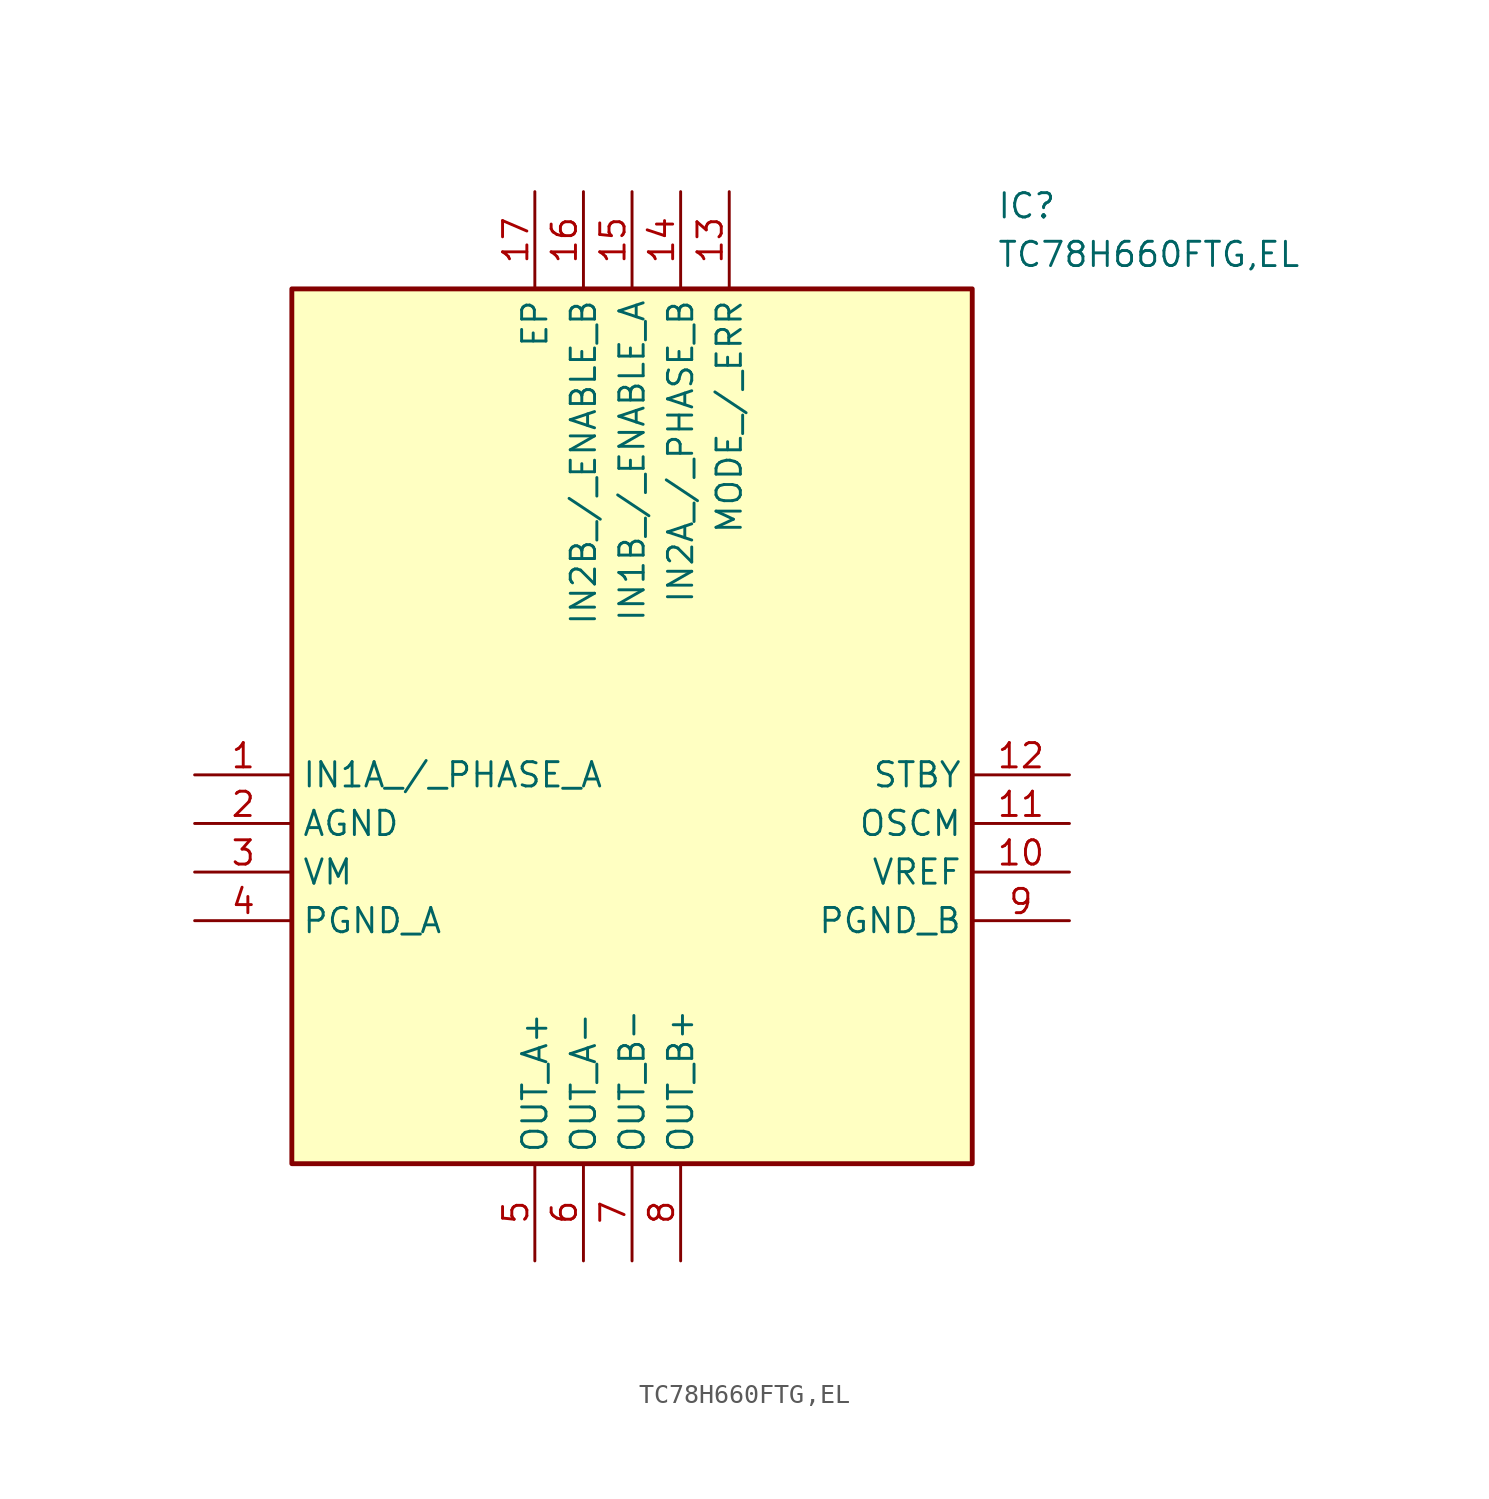
<source format=kicad_sym>
(kicad_symbol_lib
  (version 20220914)
  (generator kicad_symbol_editor)
  (symbol "TC78H660FTG,EL"
    (property "Reference" "IC"
      (at 41.91 30.48 0)
      (effects (font (size 1.27 1.27)) (justify left top)))
    (property "Value" "TC78H660FTG,EL"
      (at 41.91 27.94 0)
      (effects (font (size 1.27 1.27)) (justify left top)))
    (symbol "TC78H660FTG,EL_1_1"
      (rectangle (start 5.08 25.4) (end 40.64 -20.32) (stroke (width 0.254) (type default)) (fill (type background)))
      (pin passive line (at 0 0 0) (length 5.08) (name "IN1A_/_PHASE_A" (effects (font (size 1.27 1.27)))) (number "1" (effects (font (size 1.27 1.27)))))
      (pin passive line (at 45.72 -5.08 180) (length 5.08) (name "VREF" (effects (font (size 1.27 1.27)))) (number "10" (effects (font (size 1.27 1.27)))))
      (pin passive line (at 45.72 -2.54 180) (length 5.08) (name "OSCM" (effects (font (size 1.27 1.27)))) (number "11" (effects (font (size 1.27 1.27)))))
      (pin passive line (at 45.72 0 180) (length 5.08) (name "STBY" (effects (font (size 1.27 1.27)))) (number "12" (effects (font (size 1.27 1.27)))))
      (pin passive line (at 27.94 30.48 270) (length 5.08) (name "MODE_/_ERR" (effects (font (size 1.27 1.27)))) (number "13" (effects (font (size 1.27 1.27)))))
      (pin passive line (at 25.4 30.48 270) (length 5.08) (name "IN2A_/_PHASE_B" (effects (font (size 1.27 1.27)))) (number "14" (effects (font (size 1.27 1.27)))))
      (pin passive line (at 22.86 30.48 270) (length 5.08) (name "IN1B_/_ENABLE_A" (effects (font (size 1.27 1.27)))) (number "15" (effects (font (size 1.27 1.27)))))
      (pin passive line (at 20.32 30.48 270) (length 5.08) (name "IN2B_/_ENABLE_B" (effects (font (size 1.27 1.27)))) (number "16" (effects (font (size 1.27 1.27)))))
      (pin passive line (at 17.78 30.48 270) (length 5.08) (name "EP" (effects (font (size 1.27 1.27)))) (number "17" (effects (font (size 1.27 1.27)))))
      (pin passive line (at 0 -2.54 0) (length 5.08) (name "AGND" (effects (font (size 1.27 1.27)))) (number "2" (effects (font (size 1.27 1.27)))))
      (pin passive line (at 0 -5.08 0) (length 5.08) (name "VM" (effects (font (size 1.27 1.27)))) (number "3" (effects (font (size 1.27 1.27)))))
      (pin passive line (at 0 -7.62 0) (length 5.08) (name "PGND_A" (effects (font (size 1.27 1.27)))) (number "4" (effects (font (size 1.27 1.27)))))
      (pin passive line (at 17.78 -25.4 90) (length 5.08) (name "OUT_A+" (effects (font (size 1.27 1.27)))) (number "5" (effects (font (size 1.27 1.27)))))
      (pin passive line (at 20.32 -25.4 90) (length 5.08) (name "OUT_A-" (effects (font (size 1.27 1.27)))) (number "6" (effects (font (size 1.27 1.27)))))
      (pin passive line (at 22.86 -25.4 90) (length 5.08) (name "OUT_B-" (effects (font (size 1.27 1.27)))) (number "7" (effects (font (size 1.27 1.27)))))
      (pin passive line (at 25.4 -25.4 90) (length 5.08) (name "OUT_B+" (effects (font (size 1.27 1.27)))) (number "8" (effects (font (size 1.27 1.27)))))
      (pin passive line (at 45.72 -7.62 180) (length 5.08) (name "PGND_B" (effects (font (size 1.27 1.27)))) (number "9" (effects (font (size 1.27 1.27))))))))
</source>
